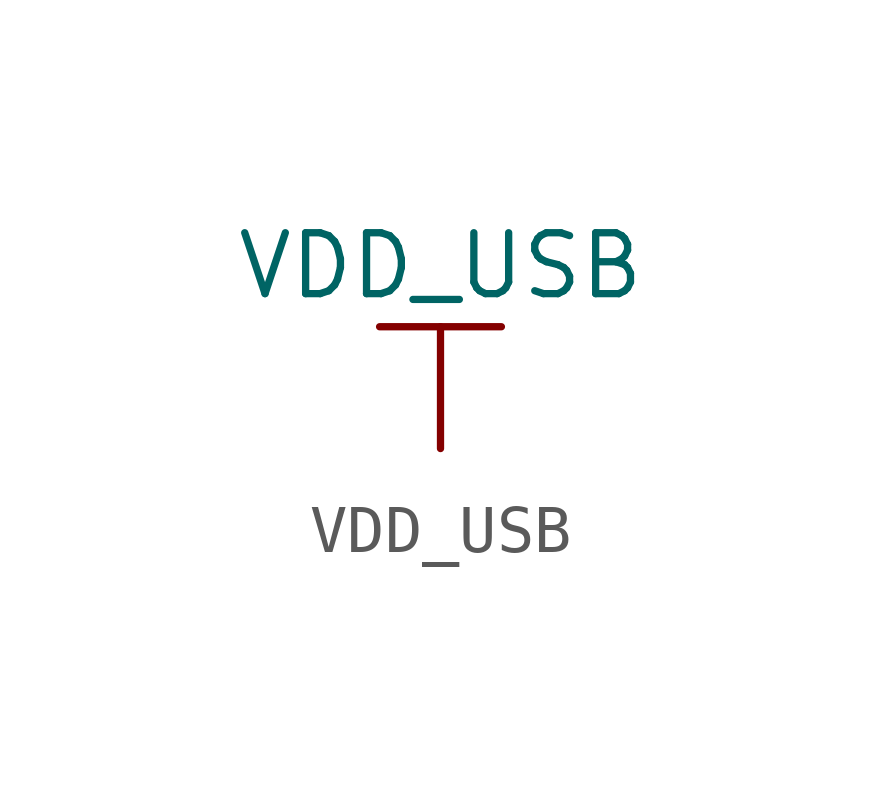
<source format=kicad_sym>
(kicad_symbol_lib
  (version 20211014)
  (generator kicad_symbol_editor)
  (symbol "VDD_USB"
    (power)
    (pin_names
      (offset 0))
    (property "Reference" "#PWR"
      (at 0 -3.81 0)
      (effects (font (size 1.27 1.27)) hide))
    (property "Value" "VDD_USB"
      (at 0 3.81 0)
      (effects (font (size 1.27 1.27))))
    (symbol "VDD_USB_0_1"
      (polyline (pts (xy -1.27 2.54) (xy 1.27 2.54)) (stroke (width 0.152) (type default) (color 0 0 0 0)) (fill (type none)))
      (polyline (pts (xy 0 0) (xy 0 2.54)) (stroke (width 0.152) (type default) (color 0 0 0 0)) (fill (type none))))
    (symbol "VDD_USB_1_1"
      (pin power_in line (at 0 0 90) (length 0) hide (name "VDD_USB" (effects (font (size 1.27 1.27)))) (number "1" (effects (font (size 1.27 1.27))))))))
</source>
